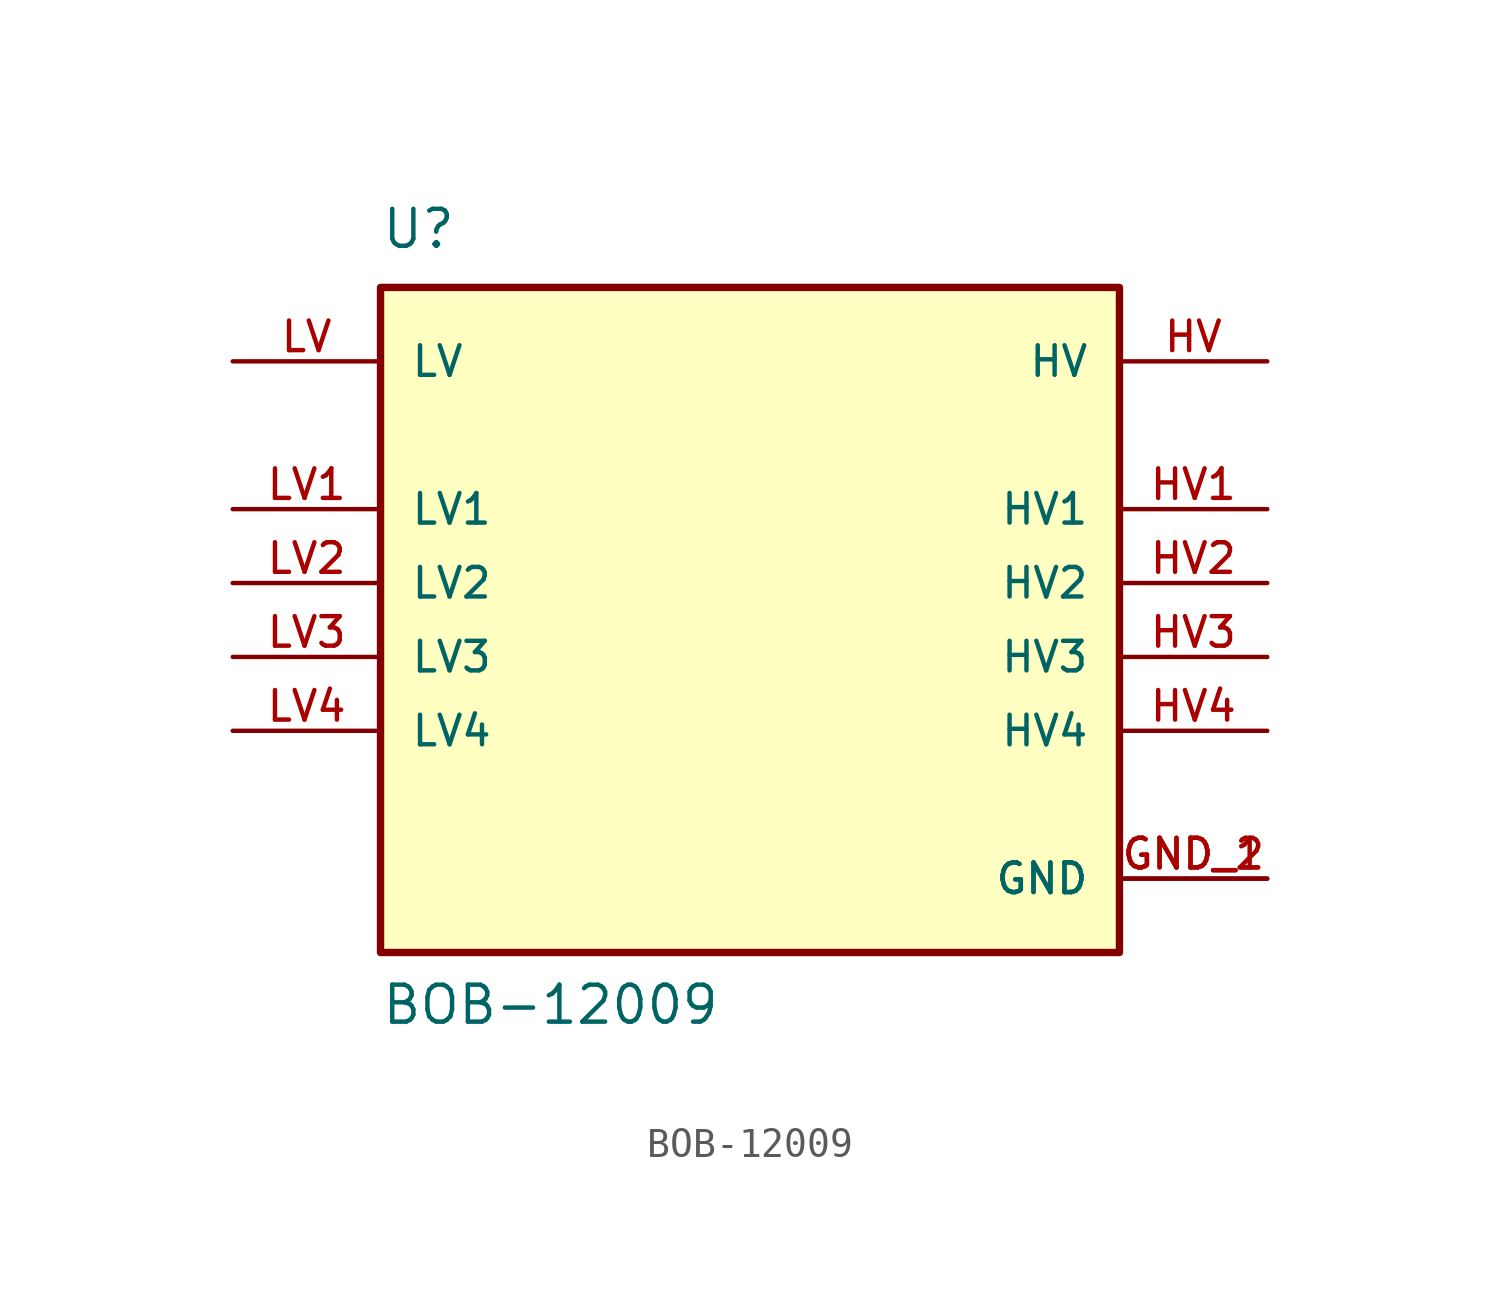
<source format=kicad_sym>
(kicad_symbol_lib
  (version 20231120)
  (generator "kicad_symbol_editor")
  (generator_version "8.0")
  (symbol "BOB-12009"
    (pin_names
      (offset 1.016))
    (property "Reference" "U"
      (at -12.7 11.43 0)
      (effects (font (size 1.27 1.27)) (justify left bottom)))
    (property "Value" "BOB-12009"
      (at -12.7 -15.24 0)
      (effects (font (size 1.27 1.27)) (justify left bottom)))
    (symbol "BOB-12009_0_0"
      (rectangle (start -12.7 -12.7) (end 12.7 10.16) (stroke (width 0.254) (type default)) (fill (type background)))
      (pin power_in line (at 17.78 -10.16 180) (length 5.08) (name "GND" (effects (font (size 1.016 1.016)))) (number "GND_1" (effects (font (size 1.016 1.016)))))
      (pin power_in line (at 17.78 -10.16 180) (length 5.08) (name "GND" (effects (font (size 1.016 1.016)))) (number "GND_2" (effects (font (size 1.016 1.016)))))
      (pin bidirectional line (at 17.78 7.62 180) (length 5.08) (name "HV" (effects (font (size 1.016 1.016)))) (number "HV" (effects (font (size 1.016 1.016)))))
      (pin bidirectional line (at 17.78 2.54 180) (length 5.08) (name "HV1" (effects (font (size 1.016 1.016)))) (number "HV1" (effects (font (size 1.016 1.016)))))
      (pin bidirectional line (at 17.78 0 180) (length 5.08) (name "HV2" (effects (font (size 1.016 1.016)))) (number "HV2" (effects (font (size 1.016 1.016)))))
      (pin bidirectional line (at 17.78 -2.54 180) (length 5.08) (name "HV3" (effects (font (size 1.016 1.016)))) (number "HV3" (effects (font (size 1.016 1.016)))))
      (pin bidirectional line (at 17.78 -5.08 180) (length 5.08) (name "HV4" (effects (font (size 1.016 1.016)))) (number "HV4" (effects (font (size 1.016 1.016)))))
      (pin bidirectional line (at -17.78 7.62 0) (length 5.08) (name "LV" (effects (font (size 1.016 1.016)))) (number "LV" (effects (font (size 1.016 1.016)))))
      (pin bidirectional line (at -17.78 2.54 0) (length 5.08) (name "LV1" (effects (font (size 1.016 1.016)))) (number "LV1" (effects (font (size 1.016 1.016)))))
      (pin bidirectional line (at -17.78 0 0) (length 5.08) (name "LV2" (effects (font (size 1.016 1.016)))) (number "LV2" (effects (font (size 1.016 1.016)))))
      (pin bidirectional line (at -17.78 -2.54 0) (length 5.08) (name "LV3" (effects (font (size 1.016 1.016)))) (number "LV3" (effects (font (size 1.016 1.016)))))
      (pin bidirectional line (at -17.78 -5.08 0) (length 5.08) (name "LV4" (effects (font (size 1.016 1.016)))) (number "LV4" (effects (font (size 1.016 1.016))))))))
</source>
